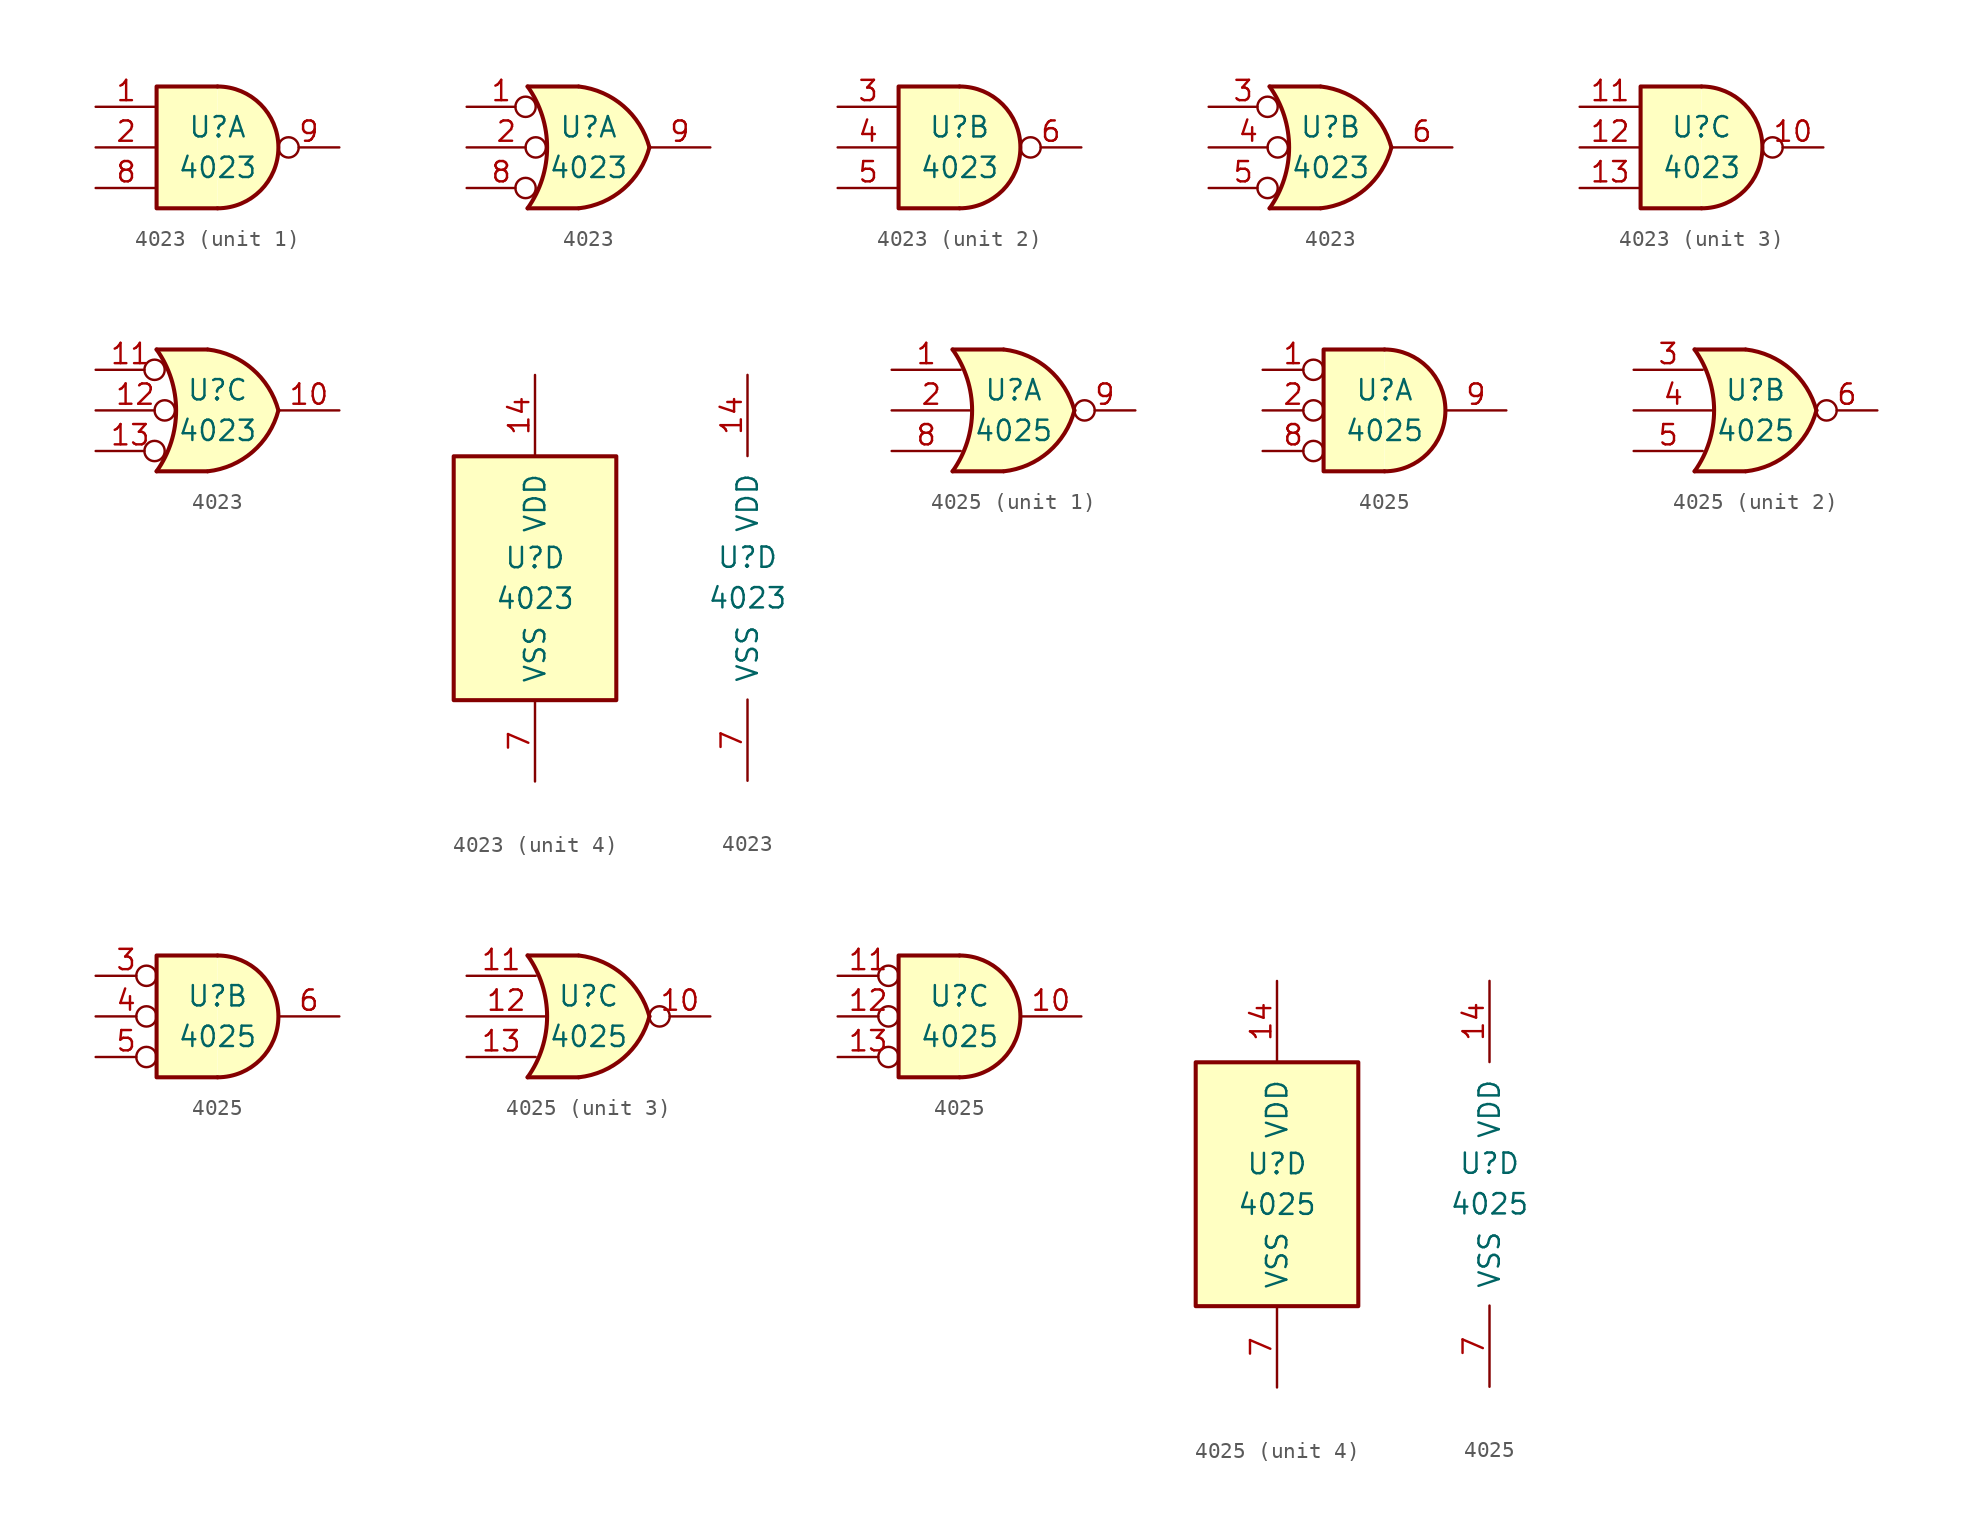
<source format=kicad_sym>
(kicad_symbol_lib
  (version 20201005)
  (generator kicad_symbol_editor)
  (symbol "4023"
    (pin_names
      (offset 1.016))
    (property "Reference" "U"
      (at 0 1.27 0)
      (effects (font (size 1.27 1.27))))
    (property "Value" "4023"
      (at 0 -1.27 0)
      (effects (font (size 1.27 1.27))))
    (property "ki_locked" ""
      (at 0 0 0)
      (effects (font (size 1.27 1.27))))
    (symbol "4023_1_1"
      (arc (start 0 -3.81) (end 0 3.81) (radius (at 0 0) (length 3.81) (angles -89.9 89.9)) (stroke (width 0.254)) (fill (type background)))
      (polyline (pts (xy 0 3.81) (xy -3.81 3.81) (xy -3.81 -3.81) (xy 0 -3.81)) (stroke (width 0.254)) (fill (type background)))
      (pin input line (at -7.62 2.54 0) (length 3.81) (name "~" (effects (font (size 1.27 1.27)))) (number "1" (effects (font (size 1.27 1.27)))))
      (pin input line (at -7.62 0 0) (length 3.81) (name "~" (effects (font (size 1.27 1.27)))) (number "2" (effects (font (size 1.27 1.27)))))
      (pin input line (at -7.62 -2.54 0) (length 3.81) (name "~" (effects (font (size 1.27 1.27)))) (number "8" (effects (font (size 1.27 1.27)))))
      (pin output inverted (at 7.62 0 180) (length 3.81) (name "~" (effects (font (size 1.27 1.27)))) (number "9" (effects (font (size 1.27 1.27))))))
    (symbol "4023_1_2"
      (arc (start -3.81 3.81) (end -3.81 -3.81) (radius (at -9.144 0) (length 6.5532) (angles 35.4 -35.4)) (stroke (width 0.254)) (fill (type none)))
      (arc (start 3.81 0) (end -0.6096 3.81) (radius (at -1.1938 -1.3208) (length 5.1816) (angles 15 83.7)) (stroke (width 0.254)) (fill (type background)))
      (arc (start 3.81 0) (end -0.6096 -3.81) (radius (at -1.1938 1.3208) (length 5.1816) (angles -15 -83.7)) (stroke (width 0.254)) (fill (type background)))
      (polyline (pts (xy -3.81 -3.81) (xy -0.635 -3.81)) (stroke (width 0.254)) (fill (type background)))
      (polyline (pts (xy -3.81 3.81) (xy -0.635 3.81)) (stroke (width 0.254)) (fill (type background)))
      (polyline (pts (xy -0.635 3.81) (xy -3.81 3.81) (xy -3.81 3.81) (xy -3.556 3.404) (xy -3.023 2.261) (xy -2.692 1.041) (xy -2.616 -0.254) (xy -2.769 -1.499) (xy -3.175 -2.718) (xy -3.81 -3.81) (xy -3.81 -3.81) (xy -0.635 -3.81)) (stroke (width -25.4)) (fill (type background)))
      (pin input inverted (at -7.62 2.54 0) (length 4.318) (name "~" (effects (font (size 1.27 1.27)))) (number "1" (effects (font (size 1.27 1.27)))))
      (pin input inverted (at -7.62 0 0) (length 4.953) (name "~" (effects (font (size 1.27 1.27)))) (number "2" (effects (font (size 1.27 1.27)))))
      (pin input inverted (at -7.62 -2.54 0) (length 4.318) (name "~" (effects (font (size 1.27 1.27)))) (number "8" (effects (font (size 1.27 1.27)))))
      (pin output line (at 7.62 0 180) (length 3.81) (name "~" (effects (font (size 1.27 1.27)))) (number "9" (effects (font (size 1.27 1.27))))))
    (symbol "4023_2_1"
      (arc (start 0 -3.81) (end 0 3.81) (radius (at 0 0) (length 3.81) (angles -89.9 89.9)) (stroke (width 0.254)) (fill (type background)))
      (polyline (pts (xy 0 3.81) (xy -3.81 3.81) (xy -3.81 -3.81) (xy 0 -3.81)) (stroke (width 0.254)) (fill (type background)))
      (pin input line (at -7.62 2.54 0) (length 3.81) (name "~" (effects (font (size 1.27 1.27)))) (number "3" (effects (font (size 1.27 1.27)))))
      (pin input line (at -7.62 0 0) (length 3.81) (name "~" (effects (font (size 1.27 1.27)))) (number "4" (effects (font (size 1.27 1.27)))))
      (pin input line (at -7.62 -2.54 0) (length 3.81) (name "~" (effects (font (size 1.27 1.27)))) (number "5" (effects (font (size 1.27 1.27)))))
      (pin output inverted (at 7.62 0 180) (length 3.81) (name "~" (effects (font (size 1.27 1.27)))) (number "6" (effects (font (size 1.27 1.27))))))
    (symbol "4023_2_2"
      (arc (start -3.81 3.81) (end -3.81 -3.81) (radius (at -9.144 0) (length 6.5532) (angles 35.4 -35.4)) (stroke (width 0.254)) (fill (type none)))
      (arc (start 3.81 0) (end -0.6096 3.81) (radius (at -1.1938 -1.3208) (length 5.1816) (angles 15 83.7)) (stroke (width 0.254)) (fill (type background)))
      (arc (start 3.81 0) (end -0.6096 -3.81) (radius (at -1.1938 1.3208) (length 5.1816) (angles -15 -83.7)) (stroke (width 0.254)) (fill (type background)))
      (polyline (pts (xy -3.81 -3.81) (xy -0.635 -3.81)) (stroke (width 0.254)) (fill (type background)))
      (polyline (pts (xy -3.81 3.81) (xy -0.635 3.81)) (stroke (width 0.254)) (fill (type background)))
      (polyline (pts (xy -0.635 3.81) (xy -3.81 3.81) (xy -3.81 3.81) (xy -3.556 3.404) (xy -3.023 2.261) (xy -2.692 1.041) (xy -2.616 -0.254) (xy -2.769 -1.499) (xy -3.175 -2.718) (xy -3.81 -3.81) (xy -3.81 -3.81) (xy -0.635 -3.81)) (stroke (width -25.4)) (fill (type background)))
      (pin input inverted (at -7.62 2.54 0) (length 4.318) (name "~" (effects (font (size 1.27 1.27)))) (number "3" (effects (font (size 1.27 1.27)))))
      (pin input inverted (at -7.62 0 0) (length 4.953) (name "~" (effects (font (size 1.27 1.27)))) (number "4" (effects (font (size 1.27 1.27)))))
      (pin input inverted (at -7.62 -2.54 0) (length 4.318) (name "~" (effects (font (size 1.27 1.27)))) (number "5" (effects (font (size 1.27 1.27)))))
      (pin output line (at 7.62 0 180) (length 3.81) (name "~" (effects (font (size 1.27 1.27)))) (number "6" (effects (font (size 1.27 1.27))))))
    (symbol "4023_3_1"
      (arc (start 0 -3.81) (end 0 3.81) (radius (at 0 0) (length 3.81) (angles -89.9 89.9)) (stroke (width 0.254)) (fill (type background)))
      (polyline (pts (xy 0 3.81) (xy -3.81 3.81) (xy -3.81 -3.81) (xy 0 -3.81)) (stroke (width 0.254)) (fill (type background)))
      (pin output inverted (at 7.62 0 180) (length 3.81) (name "~" (effects (font (size 1.27 1.27)))) (number "10" (effects (font (size 1.27 1.27)))))
      (pin input line (at -7.62 2.54 0) (length 3.81) (name "~" (effects (font (size 1.27 1.27)))) (number "11" (effects (font (size 1.27 1.27)))))
      (pin input line (at -7.62 0 0) (length 3.81) (name "~" (effects (font (size 1.27 1.27)))) (number "12" (effects (font (size 1.27 1.27)))))
      (pin input line (at -7.62 -2.54 0) (length 3.81) (name "~" (effects (font (size 1.27 1.27)))) (number "13" (effects (font (size 1.27 1.27))))))
    (symbol "4023_3_2"
      (arc (start -3.81 3.81) (end -3.81 -3.81) (radius (at -9.144 0) (length 6.5532) (angles 35.4 -35.4)) (stroke (width 0.254)) (fill (type none)))
      (arc (start 3.81 0) (end -0.6096 3.81) (radius (at -1.1938 -1.3208) (length 5.1816) (angles 15 83.7)) (stroke (width 0.254)) (fill (type background)))
      (arc (start 3.81 0) (end -0.6096 -3.81) (radius (at -1.1938 1.3208) (length 5.1816) (angles -15 -83.7)) (stroke (width 0.254)) (fill (type background)))
      (polyline (pts (xy -3.81 -3.81) (xy -0.635 -3.81)) (stroke (width 0.254)) (fill (type background)))
      (polyline (pts (xy -3.81 3.81) (xy -0.635 3.81)) (stroke (width 0.254)) (fill (type background)))
      (polyline (pts (xy -0.635 3.81) (xy -3.81 3.81) (xy -3.81 3.81) (xy -3.556 3.404) (xy -3.023 2.261) (xy -2.692 1.041) (xy -2.616 -0.254) (xy -2.769 -1.499) (xy -3.175 -2.718) (xy -3.81 -3.81) (xy -3.81 -3.81) (xy -0.635 -3.81)) (stroke (width -25.4)) (fill (type background)))
      (pin output line (at 7.62 0 180) (length 3.81) (name "~" (effects (font (size 1.27 1.27)))) (number "10" (effects (font (size 1.27 1.27)))))
      (pin input inverted (at -7.62 2.54 0) (length 4.318) (name "~" (effects (font (size 1.27 1.27)))) (number "11" (effects (font (size 1.27 1.27)))))
      (pin input inverted (at -7.62 0 0) (length 4.953) (name "~" (effects (font (size 1.27 1.27)))) (number "12" (effects (font (size 1.27 1.27)))))
      (pin input inverted (at -7.62 -2.54 0) (length 4.318) (name "~" (effects (font (size 1.27 1.27)))) (number "13" (effects (font (size 1.27 1.27))))))
    (symbol "4023_4_0"
      (pin power_in line (at 0 12.7 270) (length 5.08) (name "VDD" (effects (font (size 1.27 1.27)))) (number "14" (effects (font (size 1.27 1.27)))))
      (pin power_in line (at 0 -12.7 90) (length 5.08) (name "VSS" (effects (font (size 1.27 1.27)))) (number "7" (effects (font (size 1.27 1.27))))))
    (symbol "4023_4_1"
      (rectangle (start -5.08 7.62) (end 5.08 -7.62) (stroke (width 0.254)) (fill (type background)))))
  (symbol "4025"
    (pin_names
      (offset 1.016))
    (property "Reference" "U"
      (at 0 1.27 0)
      (effects (font (size 1.27 1.27))))
    (property "Value" "4025"
      (at 0 -1.27 0)
      (effects (font (size 1.27 1.27))))
    (property "ki_locked" ""
      (at 0 0 0)
      (effects (font (size 1.27 1.27))))
    (symbol "4025_1_1"
      (arc (start -3.81 3.81) (end -3.81 -3.81) (radius (at -9.144 0) (length 6.5532) (angles 35.4 -35.4)) (stroke (width 0.254)) (fill (type none)))
      (arc (start 3.81 0) (end -0.6096 3.81) (radius (at -1.1938 -1.3208) (length 5.1816) (angles 15 83.7)) (stroke (width 0.254)) (fill (type background)))
      (arc (start 3.81 0) (end -0.6096 -3.81) (radius (at -1.1938 1.3208) (length 5.1816) (angles -15 -83.7)) (stroke (width 0.254)) (fill (type background)))
      (polyline (pts (xy -3.81 -3.81) (xy -0.635 -3.81)) (stroke (width 0.254)) (fill (type background)))
      (polyline (pts (xy -3.81 3.81) (xy -0.635 3.81)) (stroke (width 0.254)) (fill (type background)))
      (polyline (pts (xy -0.635 3.81) (xy -3.81 3.81) (xy -3.81 3.81) (xy -3.556 3.404) (xy -3.023 2.261) (xy -2.692 1.041) (xy -2.616 -0.254) (xy -2.769 -1.499) (xy -3.175 -2.718) (xy -3.81 -3.81) (xy -3.81 -3.81) (xy -0.635 -3.81)) (stroke (width -25.4)) (fill (type background)))
      (pin input line (at -7.62 2.54 0) (length 4.318) (name "~" (effects (font (size 1.27 1.27)))) (number "1" (effects (font (size 1.27 1.27)))))
      (pin input line (at -7.62 0 0) (length 4.953) (name "~" (effects (font (size 1.27 1.27)))) (number "2" (effects (font (size 1.27 1.27)))))
      (pin input line (at -7.62 -2.54 0) (length 4.318) (name "~" (effects (font (size 1.27 1.27)))) (number "8" (effects (font (size 1.27 1.27)))))
      (pin output inverted (at 7.62 0 180) (length 3.81) (name "~" (effects (font (size 1.27 1.27)))) (number "9" (effects (font (size 1.27 1.27))))))
    (symbol "4025_1_2"
      (arc (start 0 -3.81) (end 0 3.81) (radius (at 0 0) (length 3.81) (angles -89.9 89.9)) (stroke (width 0.254)) (fill (type background)))
      (polyline (pts (xy 0 3.81) (xy -3.81 3.81) (xy -3.81 -3.81) (xy 0 -3.81)) (stroke (width 0.254)) (fill (type background)))
      (pin input inverted (at -7.62 2.54 0) (length 3.81) (name "~" (effects (font (size 1.27 1.27)))) (number "1" (effects (font (size 1.27 1.27)))))
      (pin input inverted (at -7.62 0 0) (length 3.81) (name "~" (effects (font (size 1.27 1.27)))) (number "2" (effects (font (size 1.27 1.27)))))
      (pin input inverted (at -7.62 -2.54 0) (length 3.81) (name "~" (effects (font (size 1.27 1.27)))) (number "8" (effects (font (size 1.27 1.27)))))
      (pin output line (at 7.62 0 180) (length 3.81) (name "~" (effects (font (size 1.27 1.27)))) (number "9" (effects (font (size 1.27 1.27))))))
    (symbol "4025_2_1"
      (arc (start -3.81 3.81) (end -3.81 -3.81) (radius (at -9.144 0) (length 6.5532) (angles 35.4 -35.4)) (stroke (width 0.254)) (fill (type none)))
      (arc (start 3.81 0) (end -0.6096 3.81) (radius (at -1.1938 -1.3208) (length 5.1816) (angles 15 83.7)) (stroke (width 0.254)) (fill (type background)))
      (arc (start 3.81 0) (end -0.6096 -3.81) (radius (at -1.1938 1.3208) (length 5.1816) (angles -15 -83.7)) (stroke (width 0.254)) (fill (type background)))
      (polyline (pts (xy -3.81 -3.81) (xy -0.635 -3.81)) (stroke (width 0.254)) (fill (type background)))
      (polyline (pts (xy -3.81 3.81) (xy -0.635 3.81)) (stroke (width 0.254)) (fill (type background)))
      (polyline (pts (xy -0.635 3.81) (xy -3.81 3.81) (xy -3.81 3.81) (xy -3.556 3.404) (xy -3.023 2.261) (xy -2.692 1.041) (xy -2.616 -0.254) (xy -2.769 -1.499) (xy -3.175 -2.718) (xy -3.81 -3.81) (xy -3.81 -3.81) (xy -0.635 -3.81)) (stroke (width -25.4)) (fill (type background)))
      (pin input line (at -7.62 2.54 0) (length 4.318) (name "~" (effects (font (size 1.27 1.27)))) (number "3" (effects (font (size 1.27 1.27)))))
      (pin input line (at -7.62 0 0) (length 4.953) (name "~" (effects (font (size 1.27 1.27)))) (number "4" (effects (font (size 1.27 1.27)))))
      (pin input line (at -7.62 -2.54 0) (length 4.318) (name "~" (effects (font (size 1.27 1.27)))) (number "5" (effects (font (size 1.27 1.27)))))
      (pin output inverted (at 7.62 0 180) (length 3.81) (name "~" (effects (font (size 1.27 1.27)))) (number "6" (effects (font (size 1.27 1.27))))))
    (symbol "4025_2_2"
      (arc (start 0 -3.81) (end 0 3.81) (radius (at 0 0) (length 3.81) (angles -89.9 89.9)) (stroke (width 0.254)) (fill (type background)))
      (polyline (pts (xy 0 3.81) (xy -3.81 3.81) (xy -3.81 -3.81) (xy 0 -3.81)) (stroke (width 0.254)) (fill (type background)))
      (pin input inverted (at -7.62 2.54 0) (length 3.81) (name "~" (effects (font (size 1.27 1.27)))) (number "3" (effects (font (size 1.27 1.27)))))
      (pin input inverted (at -7.62 0 0) (length 3.81) (name "~" (effects (font (size 1.27 1.27)))) (number "4" (effects (font (size 1.27 1.27)))))
      (pin input inverted (at -7.62 -2.54 0) (length 3.81) (name "~" (effects (font (size 1.27 1.27)))) (number "5" (effects (font (size 1.27 1.27)))))
      (pin output line (at 7.62 0 180) (length 3.81) (name "~" (effects (font (size 1.27 1.27)))) (number "6" (effects (font (size 1.27 1.27))))))
    (symbol "4025_3_1"
      (arc (start -3.81 3.81) (end -3.81 -3.81) (radius (at -9.144 0) (length 6.5532) (angles 35.4 -35.4)) (stroke (width 0.254)) (fill (type none)))
      (arc (start 3.81 0) (end -0.6096 3.81) (radius (at -1.1938 -1.3208) (length 5.1816) (angles 15 83.7)) (stroke (width 0.254)) (fill (type background)))
      (arc (start 3.81 0) (end -0.6096 -3.81) (radius (at -1.1938 1.3208) (length 5.1816) (angles -15 -83.7)) (stroke (width 0.254)) (fill (type background)))
      (polyline (pts (xy -3.81 -3.81) (xy -0.635 -3.81)) (stroke (width 0.254)) (fill (type background)))
      (polyline (pts (xy -3.81 3.81) (xy -0.635 3.81)) (stroke (width 0.254)) (fill (type background)))
      (polyline (pts (xy -0.635 3.81) (xy -3.81 3.81) (xy -3.81 3.81) (xy -3.556 3.404) (xy -3.023 2.261) (xy -2.692 1.041) (xy -2.616 -0.254) (xy -2.769 -1.499) (xy -3.175 -2.718) (xy -3.81 -3.81) (xy -3.81 -3.81) (xy -0.635 -3.81)) (stroke (width -25.4)) (fill (type background)))
      (pin output inverted (at 7.62 0 180) (length 3.81) (name "~" (effects (font (size 1.27 1.27)))) (number "10" (effects (font (size 1.27 1.27)))))
      (pin input line (at -7.62 2.54 0) (length 4.318) (name "~" (effects (font (size 1.27 1.27)))) (number "11" (effects (font (size 1.27 1.27)))))
      (pin input line (at -7.62 0 0) (length 4.953) (name "~" (effects (font (size 1.27 1.27)))) (number "12" (effects (font (size 1.27 1.27)))))
      (pin input line (at -7.62 -2.54 0) (length 4.318) (name "~" (effects (font (size 1.27 1.27)))) (number "13" (effects (font (size 1.27 1.27))))))
    (symbol "4025_3_2"
      (arc (start 0 -3.81) (end 0 3.81) (radius (at 0 0) (length 3.81) (angles -89.9 89.9)) (stroke (width 0.254)) (fill (type background)))
      (polyline (pts (xy 0 3.81) (xy -3.81 3.81) (xy -3.81 -3.81) (xy 0 -3.81)) (stroke (width 0.254)) (fill (type background)))
      (pin output line (at 7.62 0 180) (length 3.81) (name "~" (effects (font (size 1.27 1.27)))) (number "10" (effects (font (size 1.27 1.27)))))
      (pin input inverted (at -7.62 2.54 0) (length 3.81) (name "~" (effects (font (size 1.27 1.27)))) (number "11" (effects (font (size 1.27 1.27)))))
      (pin input inverted (at -7.62 0 0) (length 3.81) (name "~" (effects (font (size 1.27 1.27)))) (number "12" (effects (font (size 1.27 1.27)))))
      (pin input inverted (at -7.62 -2.54 0) (length 3.81) (name "~" (effects (font (size 1.27 1.27)))) (number "13" (effects (font (size 1.27 1.27))))))
    (symbol "4025_4_0"
      (pin power_in line (at 0 12.7 270) (length 5.08) (name "VDD" (effects (font (size 1.27 1.27)))) (number "14" (effects (font (size 1.27 1.27)))))
      (pin power_in line (at 0 -12.7 90) (length 5.08) (name "VSS" (effects (font (size 1.27 1.27)))) (number "7" (effects (font (size 1.27 1.27))))))
    (symbol "4025_4_1"
      (rectangle (start -5.08 7.62) (end 5.08 -7.62) (stroke (width 0.254)) (fill (type background))))))
</source>
